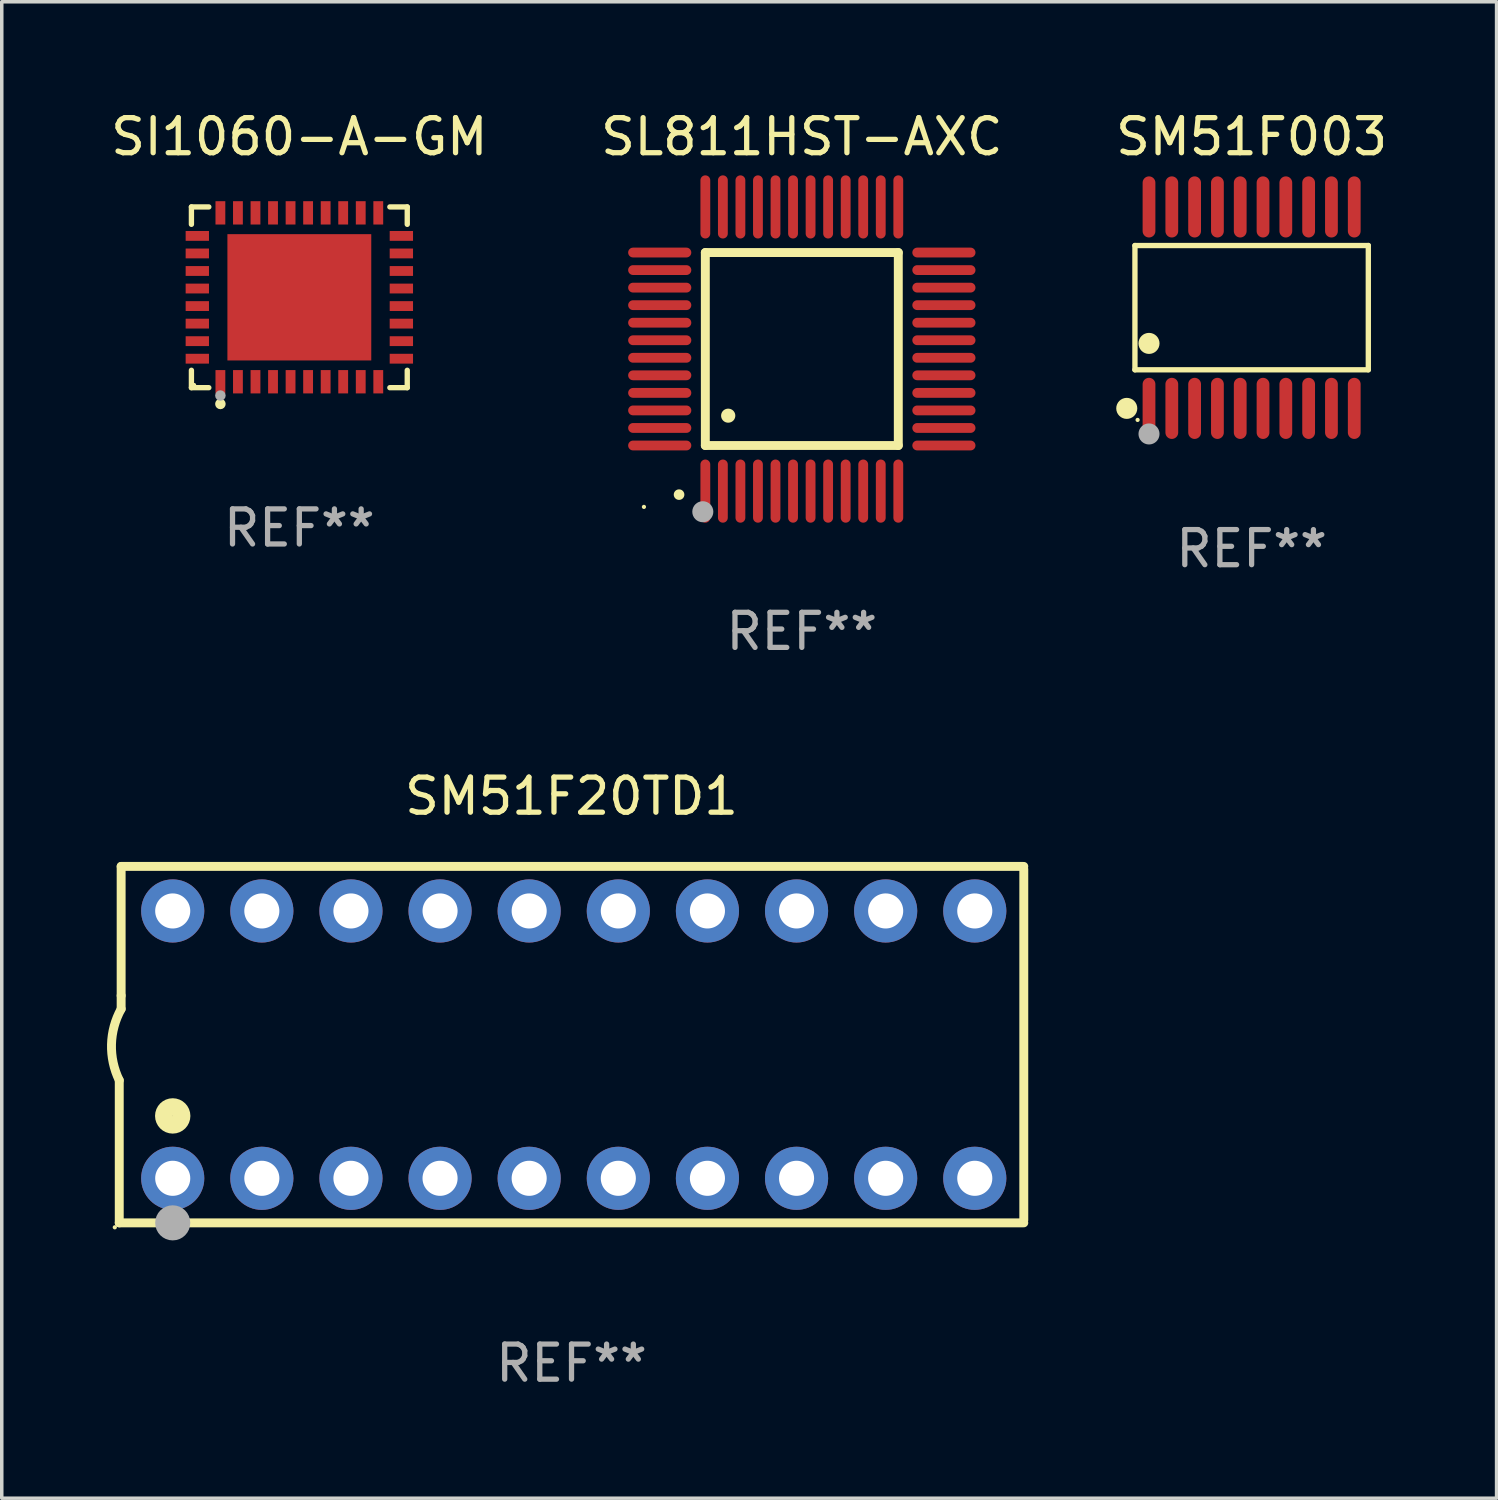
<source format=kicad_pcb>
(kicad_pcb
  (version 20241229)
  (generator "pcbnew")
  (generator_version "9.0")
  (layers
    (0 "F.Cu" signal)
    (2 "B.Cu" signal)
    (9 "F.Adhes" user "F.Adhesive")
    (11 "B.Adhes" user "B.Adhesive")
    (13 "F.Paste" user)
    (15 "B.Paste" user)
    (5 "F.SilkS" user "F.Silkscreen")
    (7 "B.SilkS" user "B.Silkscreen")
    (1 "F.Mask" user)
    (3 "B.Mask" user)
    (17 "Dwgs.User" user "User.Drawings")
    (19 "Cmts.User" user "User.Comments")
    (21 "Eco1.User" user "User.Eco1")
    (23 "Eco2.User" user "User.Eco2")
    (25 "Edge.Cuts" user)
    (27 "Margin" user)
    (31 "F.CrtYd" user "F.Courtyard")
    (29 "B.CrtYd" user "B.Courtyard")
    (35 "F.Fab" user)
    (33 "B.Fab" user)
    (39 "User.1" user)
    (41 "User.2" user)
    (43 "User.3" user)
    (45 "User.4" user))
  (footprint "SM51F20TD1"
    (layer "F.Cu")
    (at 13.24 26.725)
    (property "Reference" "SM51F20TD1" (at 0 -7.08 0) (layer "F.SilkS") (effects (font (size 1 1) (thickness 0.15))))
    (attr through_hole)
    (fp_line (start -12.891 5.08) (end -12.891 1.016) (stroke (width 0.254) (type solid)) (layer "F.SilkS"))
    (fp_line (start -12.891 5.08) (end 12.891 5.08) (stroke (width 0.254) (type solid)) (layer "F.SilkS"))
    (fp_line (start -12.837 -5.08) (end -12.837 -1.397) (stroke (width 0.254) (type solid)) (layer "F.SilkS"))
    (fp_line (start -12.837 -5.08) (end 12.891 -5.08) (stroke (width 0.254) (type solid)) (layer "F.SilkS"))
    (fp_line (start -12.837 -1.397) (end -12.837 -1.016) (stroke (width 0.254) (type solid)) (layer "F.SilkS"))
    (fp_line (start 12.891 -5) (end 12.891 5) (stroke (width 0.254) (type solid)) (layer "F.SilkS"))
    (fp_arc (start -12.890526 1.016002) (mid -13.111945 -0.006602) (end -12.836525 -1.016002) (stroke (width 0.254001) (type solid)) (layer "F.SilkS"))
    (fp_circle (center -13.018 5.207) (end -12.988 5.207) (stroke (width 0.06) (type solid)) (fill no) (layer "F.SilkS"))
    (fp_circle (center -11.367 2.032) (end -11.113 2.032) (stroke (width 0.5) (type solid)) (fill no) (layer "F.SilkS"))
    (fp_circle (center -11.367 5.08) (end -11.117 5.08) (stroke (width 0.5) (type solid)) (fill no) (layer "F.Fab"))
    (fp_text user "REF**" (at 0 9.08 0) (layer "F.Fab") (effects (font (size 1 1) (thickness 0.15))))
    (pad "1" thru_hole circle (at -11.367 3.81) (size 1.8 1.8) (drill 1) (layers "*.Cu" "*.Mask"))
    (pad "2" thru_hole circle (at -8.827 3.81) (size 1.8 1.8) (drill 1) (layers "*.Cu" "*.Mask"))
    (pad "3" thru_hole circle (at -6.287 3.81) (size 1.8 1.8) (drill 1) (layers "*.Cu" "*.Mask"))
    (pad "4" thru_hole circle (at -3.747 3.81) (size 1.8 1.8) (drill 1) (layers "*.Cu" "*.Mask"))
    (pad "5" thru_hole circle (at -1.207 3.81) (size 1.8 1.8) (drill 1) (layers "*.Cu" "*.Mask"))
    (pad "6" thru_hole circle (at 1.334 3.81) (size 1.8 1.8) (drill 1) (layers "*.Cu" "*.Mask"))
    (pad "7" thru_hole circle (at 3.874 3.81) (size 1.8 1.8) (drill 1) (layers "*.Cu" "*.Mask"))
    (pad "8" thru_hole circle (at 6.414 3.81) (size 1.8 1.8) (drill 1) (layers "*.Cu" "*.Mask"))
    (pad "9" thru_hole circle (at 8.954 3.81) (size 1.8 1.8) (drill 1) (layers "*.Cu" "*.Mask"))
    (pad "10" thru_hole circle (at 11.494 3.81) (size 1.8 1.8) (drill 1) (layers "*.Cu" "*.Mask"))
    (pad "11" thru_hole circle (at 11.494 -3.81) (size 1.8 1.8) (drill 1) (layers "*.Cu" "*.Mask"))
    (pad "12" thru_hole circle (at 8.954 -3.81) (size 1.8 1.8) (drill 1) (layers "*.Cu" "*.Mask"))
    (pad "13" thru_hole circle (at 6.414 -3.81) (size 1.8 1.8) (drill 1) (layers "*.Cu" "*.Mask"))
    (pad "14" thru_hole circle (at 3.874 -3.81) (size 1.8 1.8) (drill 1) (layers "*.Cu" "*.Mask"))
    (pad "15" thru_hole circle (at 1.334 -3.81) (size 1.8 1.8) (drill 1) (layers "*.Cu" "*.Mask"))
    (pad "16" thru_hole circle (at -1.207 -3.81) (size 1.8 1.8) (drill 1) (layers "*.Cu" "*.Mask"))
    (pad "17" thru_hole circle (at -3.747 -3.81) (size 1.8 1.8) (drill 1) (layers "*.Cu" "*.Mask"))
    (pad "18" thru_hole circle (at -6.287 -3.81) (size 1.8 1.8) (drill 1) (layers "*.Cu" "*.Mask"))
    (pad "19" thru_hole circle (at -8.827 -3.81) (size 1.8 1.8) (drill 1) (layers "*.Cu" "*.Mask"))
    (pad "20" thru_hole circle (at -11.367 -3.81) (size 1.8 1.8) (drill 1) (layers "*.Cu" "*.Mask")))
  (footprint "SI1060-A-GM"
    (layer "F.Cu")
    (at 5.482 5.424)
    (property "Reference" "SI1060-A-GM" (at 0 -4.576 0) (layer "F.SilkS") (effects (font (size 1 1) (thickness 0.15))))
    (attr through_hole)
    (fp_line (start -3.076 -2.576) (end -2.58 -2.576) (stroke (width 0.152) (type solid)) (layer "F.SilkS"))
    (fp_line (start -3.076 -2.08) (end -3.076 -2.576) (stroke (width 0.152) (type solid)) (layer "F.SilkS"))
    (fp_line (start -3.076 2.08) (end -3.076 2.576) (stroke (width 0.152) (type solid)) (layer "F.SilkS"))
    (fp_line (start -3.076 2.576) (end -2.58 2.576) (stroke (width 0.152) (type solid)) (layer "F.SilkS"))
    (fp_line (start 3.076 -2.576) (end 2.58 -2.576) (stroke (width 0.152) (type solid)) (layer "F.SilkS"))
    (fp_line (start 3.076 -2.08) (end 3.076 -2.576) (stroke (width 0.152) (type solid)) (layer "F.SilkS"))
    (fp_line (start 3.076 2.08) (end 3.076 2.576) (stroke (width 0.152) (type solid)) (layer "F.SilkS"))
    (fp_line (start 3.076 2.576) (end 2.58 2.576) (stroke (width 0.152) (type solid)) (layer "F.SilkS"))
    (fp_circle (center -3 2.5) (end -2.97 2.5) (stroke (width 0.06) (type solid)) (fill no) (layer "F.SilkS"))
    (fp_circle (center -2.25 3.04) (end -2.175 3.04) (stroke (width 0.15) (type solid)) (fill no) (layer "F.SilkS"))
    (fp_circle (center -2.25 2.8) (end -2.175 2.8) (stroke (width 0.15) (type solid)) (fill no) (layer "F.Fab"))
    (fp_text user "REF**" (at 0 6.576 0) (layer "F.Fab") (effects (font (size 1 1) (thickness 0.15))))
    (pad "1" smd rect (at -2.25 2.407) (size 0.28 0.665) (layers "F.Cu" "F.Mask" "F.Paste"))
    (pad "2" smd rect (at -1.75 2.407) (size 0.28 0.665) (layers "F.Cu" "F.Mask" "F.Paste"))
    (pad "3" smd rect (at -1.25 2.407) (size 0.28 0.665) (layers "F.Cu" "F.Mask" "F.Paste"))
    (pad "4" smd rect (at -0.75 2.407) (size 0.28 0.665) (layers "F.Cu" "F.Mask" "F.Paste"))
    (pad "5" smd rect (at -0.25 2.407) (size 0.28 0.665) (layers "F.Cu" "F.Mask" "F.Paste"))
    (pad "6" smd rect (at 0.25 2.407) (size 0.28 0.665) (layers "F.Cu" "F.Mask" "F.Paste"))
    (pad "7" smd rect (at 0.75 2.407) (size 0.28 0.665) (layers "F.Cu" "F.Mask" "F.Paste"))
    (pad "8" smd rect (at 1.25 2.407) (size 0.28 0.665) (layers "F.Cu" "F.Mask" "F.Paste"))
    (pad "9" smd rect (at 1.75 2.407) (size 0.28 0.665) (layers "F.Cu" "F.Mask" "F.Paste"))
    (pad "10" smd rect (at 2.25 2.407) (size 0.28 0.665) (layers "F.Cu" "F.Mask" "F.Paste"))
    (pad "11" smd rect (at 2.908 1.75) (size 0.665 0.28) (layers "F.Cu" "F.Mask" "F.Paste"))
    (pad "12" smd rect (at 2.908 1.25) (size 0.665 0.28) (layers "F.Cu" "F.Mask" "F.Paste"))
    (pad "13" smd rect (at 2.908 0.75) (size 0.665 0.28) (layers "F.Cu" "F.Mask" "F.Paste"))
    (pad "14" smd rect (at 2.908 0.25) (size 0.665 0.28) (layers "F.Cu" "F.Mask" "F.Paste"))
    (pad "15" smd rect (at 2.908 -0.25) (size 0.665 0.28) (layers "F.Cu" "F.Mask" "F.Paste"))
    (pad "16" smd rect (at 2.908 -0.75) (size 0.665 0.28) (layers "F.Cu" "F.Mask" "F.Paste"))
    (pad "17" smd rect (at 2.908 -1.25) (size 0.665 0.28) (layers "F.Cu" "F.Mask" "F.Paste"))
    (pad "18" smd rect (at 2.908 -1.75) (size 0.665 0.28) (layers "F.Cu" "F.Mask" "F.Paste"))
    (pad "19" smd rect (at 2.25 -2.407) (size 0.28 0.665) (layers "F.Cu" "F.Mask" "F.Paste"))
    (pad "20" smd rect (at 1.75 -2.407) (size 0.28 0.665) (layers "F.Cu" "F.Mask" "F.Paste"))
    (pad "21" smd rect (at 1.25 -2.407) (size 0.28 0.665) (layers "F.Cu" "F.Mask" "F.Paste"))
    (pad "22" smd rect (at 0.75 -2.407) (size 0.28 0.665) (layers "F.Cu" "F.Mask" "F.Paste"))
    (pad "23" smd rect (at 0.25 -2.407) (size 0.28 0.665) (layers "F.Cu" "F.Mask" "F.Paste"))
    (pad "24" smd rect (at -0.25 -2.407) (size 0.28 0.665) (layers "F.Cu" "F.Mask" "F.Paste"))
    (pad "25" smd rect (at -0.75 -2.407) (size 0.28 0.665) (layers "F.Cu" "F.Mask" "F.Paste"))
    (pad "26" smd rect (at -1.25 -2.407) (size 0.28 0.665) (layers "F.Cu" "F.Mask" "F.Paste"))
    (pad "27" smd rect (at -1.75 -2.407) (size 0.28 0.665) (layers "F.Cu" "F.Mask" "F.Paste"))
    (pad "28" smd rect (at -2.25 -2.407) (size 0.28 0.665) (layers "F.Cu" "F.Mask" "F.Paste"))
    (pad "29" smd rect (at -2.908 -1.75) (size 0.665 0.28) (layers "F.Cu" "F.Mask" "F.Paste"))
    (pad "30" smd rect (at -2.908 -1.25) (size 0.665 0.28) (layers "F.Cu" "F.Mask" "F.Paste"))
    (pad "31" smd rect (at -2.908 -0.75) (size 0.665 0.28) (layers "F.Cu" "F.Mask" "F.Paste"))
    (pad "32" smd rect (at -2.908 -0.25) (size 0.665 0.28) (layers "F.Cu" "F.Mask" "F.Paste"))
    (pad "33" smd rect (at -2.908 0.25) (size 0.665 0.28) (layers "F.Cu" "F.Mask" "F.Paste"))
    (pad "34" smd rect (at -2.908 0.75) (size 0.665 0.28) (layers "F.Cu" "F.Mask" "F.Paste"))
    (pad "35" smd rect (at -2.908 1.25) (size 0.665 0.28) (layers "F.Cu" "F.Mask" "F.Paste"))
    (pad "36" smd rect (at -2.908 1.75) (size 0.665 0.28) (layers "F.Cu" "F.Mask" "F.Paste"))
    (pad "37" smd rect (at 0 0) (size 4.1 3.6) (layers "F.Cu" "F.Mask" "F.Paste")))
  (footprint "SL811HST-AXC"
    (layer "F.Cu")
    (at 19.804 6.898)
    (property "Reference" "SL811HST-AXC" (at 0 -6.05 0) (layer "F.SilkS") (effects (font (size 1 1) (thickness 0.15))))
    (attr through_hole)
    (fp_line (start -2.75 -2.75) (end 2.75 -2.75) (stroke (width 0.254) (type solid)) (layer "F.SilkS"))
    (fp_line (start -2.75 2.75) (end -2.75 -2.75) (stroke (width 0.254) (type solid)) (layer "F.SilkS"))
    (fp_line (start 2.75 -2.75) (end 2.75 2.75) (stroke (width 0.254) (type solid)) (layer "F.SilkS"))
    (fp_line (start 2.75 2.75) (end -2.75 2.75) (stroke (width 0.254) (type solid)) (layer "F.SilkS"))
    (fp_arc (start -3.500127 4.150368) (mid -3.498857 4.150363) (end -3.497587 4.150368) (stroke (width 0.3) (type solid)) (layer "F.SilkS"))
    (fp_arc (start -2.100584 1.899924) (mid -2.098044 1.899908) (end -2.095504 1.899924) (stroke (width 0.4) (type solid)) (layer "F.SilkS"))
    (fp_circle (center -4.5 4.5) (end -4.47 4.5) (stroke (width 0.06) (type solid)) (fill no) (layer "F.SilkS"))
    (fp_circle (center -2.822 4.638) (end -2.672 4.638) (stroke (width 0.3) (type solid)) (fill no) (layer "F.Fab"))
    (fp_text user "REF**" (at 0 8.05 0) (layer "F.Fab") (effects (font (size 1 1) (thickness 0.15))))
    (pad "1" smd oval (at -2.75 4.05) (size 0.28 1.8) (layers "F.Cu" "F.Mask" "F.Paste"))
    (pad "2" smd oval (at -2.25 4.05) (size 0.28 1.8) (layers "F.Cu" "F.Mask" "F.Paste"))
    (pad "3" smd oval (at -1.75 4.05) (size 0.28 1.8) (layers "F.Cu" "F.Mask" "F.Paste"))
    (pad "4" smd oval (at -1.25 4.05) (size 0.28 1.8) (layers "F.Cu" "F.Mask" "F.Paste"))
    (pad "5" smd oval (at -0.75 4.05) (size 0.28 1.8) (layers "F.Cu" "F.Mask" "F.Paste"))
    (pad "6" smd oval (at -0.25 4.05) (size 0.28 1.8) (layers "F.Cu" "F.Mask" "F.Paste"))
    (pad "7" smd oval (at 0.25 4.05) (size 0.28 1.8) (layers "F.Cu" "F.Mask" "F.Paste"))
    (pad "8" smd oval (at 0.75 4.05) (size 0.28 1.8) (layers "F.Cu" "F.Mask" "F.Paste"))
    (pad "9" smd oval (at 1.25 4.05) (size 0.28 1.8) (layers "F.Cu" "F.Mask" "F.Paste"))
    (pad "10" smd oval (at 1.75 4.05) (size 0.28 1.8) (layers "F.Cu" "F.Mask" "F.Paste"))
    (pad "11" smd oval (at 2.25 4.05) (size 0.28 1.8) (layers "F.Cu" "F.Mask" "F.Paste"))
    (pad "12" smd oval (at 2.75 4.05) (size 0.28 1.8) (layers "F.Cu" "F.Mask" "F.Paste"))
    (pad "13" smd oval (at 4.05 2.75) (size 1.8 0.28) (layers "F.Cu" "F.Mask" "F.Paste"))
    (pad "14" smd oval (at 4.05 2.25) (size 1.8 0.28) (layers "F.Cu" "F.Mask" "F.Paste"))
    (pad "15" smd oval (at 4.05 1.75) (size 1.8 0.28) (layers "F.Cu" "F.Mask" "F.Paste"))
    (pad "16" smd oval (at 4.05 1.25) (size 1.8 0.28) (layers "F.Cu" "F.Mask" "F.Paste"))
    (pad "17" smd oval (at 4.05 0.75) (size 1.8 0.28) (layers "F.Cu" "F.Mask" "F.Paste"))
    (pad "18" smd oval (at 4.05 0.25) (size 1.8 0.28) (layers "F.Cu" "F.Mask" "F.Paste"))
    (pad "19" smd oval (at 4.05 -0.25) (size 1.8 0.28) (layers "F.Cu" "F.Mask" "F.Paste"))
    (pad "20" smd oval (at 4.05 -0.75) (size 1.8 0.28) (layers "F.Cu" "F.Mask" "F.Paste"))
    (pad "21" smd oval (at 4.05 -1.25) (size 1.8 0.28) (layers "F.Cu" "F.Mask" "F.Paste"))
    (pad "22" smd oval (at 4.05 -1.75) (size 1.8 0.28) (layers "F.Cu" "F.Mask" "F.Paste"))
    (pad "23" smd oval (at 4.05 -2.25) (size 1.8 0.28) (layers "F.Cu" "F.Mask" "F.Paste"))
    (pad "24" smd oval (at 4.05 -2.75) (size 1.8 0.28) (layers "F.Cu" "F.Mask" "F.Paste"))
    (pad "25" smd oval (at 2.75 -4.05) (size 0.28 1.8) (layers "F.Cu" "F.Mask" "F.Paste"))
    (pad "26" smd oval (at 2.25 -4.05) (size 0.28 1.8) (layers "F.Cu" "F.Mask" "F.Paste"))
    (pad "27" smd oval (at 1.75 -4.05) (size 0.28 1.8) (layers "F.Cu" "F.Mask" "F.Paste"))
    (pad "28" smd oval (at 1.25 -4.05) (size 0.28 1.8) (layers "F.Cu" "F.Mask" "F.Paste"))
    (pad "29" smd oval (at 0.75 -4.05) (size 0.28 1.8) (layers "F.Cu" "F.Mask" "F.Paste"))
    (pad "30" smd oval (at 0.25 -4.05) (size 0.28 1.8) (layers "F.Cu" "F.Mask" "F.Paste"))
    (pad "31" smd oval (at -0.25 -4.05) (size 0.28 1.8) (layers "F.Cu" "F.Mask" "F.Paste"))
    (pad "32" smd oval (at -0.75 -4.05) (size 0.28 1.8) (layers "F.Cu" "F.Mask" "F.Paste"))
    (pad "33" smd oval (at -1.25 -4.05) (size 0.28 1.8) (layers "F.Cu" "F.Mask" "F.Paste"))
    (pad "34" smd oval (at -1.75 -4.05) (size 0.28 1.8) (layers "F.Cu" "F.Mask" "F.Paste"))
    (pad "35" smd oval (at -2.25 -4.05) (size 0.28 1.8) (layers "F.Cu" "F.Mask" "F.Paste"))
    (pad "36" smd oval (at -2.75 -4.05) (size 0.28 1.8) (layers "F.Cu" "F.Mask" "F.Paste"))
    (pad "37" smd oval (at -4.05 -2.75) (size 1.8 0.28) (layers "F.Cu" "F.Mask" "F.Paste"))
    (pad "38" smd oval (at -4.05 -2.25) (size 1.8 0.28) (layers "F.Cu" "F.Mask" "F.Paste"))
    (pad "39" smd oval (at -4.05 -1.75) (size 1.8 0.28) (layers "F.Cu" "F.Mask" "F.Paste"))
    (pad "40" smd oval (at -4.05 -1.25) (size 1.8 0.28) (layers "F.Cu" "F.Mask" "F.Paste"))
    (pad "41" smd oval (at -4.05 -0.75) (size 1.8 0.28) (layers "F.Cu" "F.Mask" "F.Paste"))
    (pad "42" smd oval (at -4.05 -0.25) (size 1.8 0.28) (layers "F.Cu" "F.Mask" "F.Paste"))
    (pad "43" smd oval (at -4.05 0.25) (size 1.8 0.28) (layers "F.Cu" "F.Mask" "F.Paste"))
    (pad "44" smd oval (at -4.05 0.75) (size 1.8 0.28) (layers "F.Cu" "F.Mask" "F.Paste"))
    (pad "45" smd oval (at -4.05 1.25) (size 1.8 0.28) (layers "F.Cu" "F.Mask" "F.Paste"))
    (pad "46" smd oval (at -4.05 1.75) (size 1.8 0.28) (layers "F.Cu" "F.Mask" "F.Paste"))
    (pad "47" smd oval (at -4.05 2.25) (size 1.8 0.28) (layers "F.Cu" "F.Mask" "F.Paste"))
    (pad "48" smd oval (at -4.05 2.75) (size 1.8 0.28) (layers "F.Cu" "F.Mask" "F.Paste")))
  (footprint "SM51F003"
    (layer "F.Cu")
    (at 32.625 5.719)
    (property "Reference" "SM51F003" (at 0 -4.871 0) (layer "F.SilkS") (effects (font (size 1 1) (thickness 0.15))))
    (attr through_hole)
    (fp_line (start -3.326 -1.771) (end 3.326 -1.771) (stroke (width 0.152) (type solid)) (layer "F.SilkS"))
    (fp_line (start -3.326 1.771) (end -3.326 -1.771) (stroke (width 0.152) (type solid)) (layer "F.SilkS"))
    (fp_line (start 3.326 -1.771) (end 3.326 1.771) (stroke (width 0.152) (type solid)) (layer "F.SilkS"))
    (fp_line (start 3.326 1.771) (end -3.326 1.771) (stroke (width 0.152) (type solid)) (layer "F.SilkS"))
    (fp_circle (center -3.559 2.871) (end -3.409 2.871) (stroke (width 0.3) (type solid)) (fill no) (layer "F.SilkS"))
    (fp_circle (center -3.25 3.2) (end -3.22 3.2) (stroke (width 0.06) (type solid)) (fill no) (layer "F.SilkS"))
    (fp_circle (center -2.925 1.019) (end -2.775 1.019) (stroke (width 0.3) (type solid)) (fill no) (layer "F.SilkS"))
    (fp_circle (center -2.925 3.6) (end -2.775 3.6) (stroke (width 0.3) (type solid)) (fill no) (layer "F.Fab"))
    (fp_text user "REF**" (at 0 6.871 0) (layer "F.Fab") (effects (font (size 1 1) (thickness 0.15))))
    (pad "1" smd oval (at -2.925 2.871) (size 0.364 1.742) (layers "F.Cu" "F.Mask" "F.Paste"))
    (pad "2" smd oval (at -2.275 2.871) (size 0.364 1.742) (layers "F.Cu" "F.Mask" "F.Paste"))
    (pad "3" smd oval (at -1.625 2.871) (size 0.364 1.742) (layers "F.Cu" "F.Mask" "F.Paste"))
    (pad "4" smd oval (at -0.975 2.871) (size 0.364 1.742) (layers "F.Cu" "F.Mask" "F.Paste"))
    (pad "5" smd oval (at -0.325 2.871) (size 0.364 1.742) (layers "F.Cu" "F.Mask" "F.Paste"))
    (pad "6" smd oval (at 0.325 2.871) (size 0.364 1.742) (layers "F.Cu" "F.Mask" "F.Paste"))
    (pad "7" smd oval (at 0.975 2.871) (size 0.364 1.742) (layers "F.Cu" "F.Mask" "F.Paste"))
    (pad "8" smd oval (at 1.625 2.871) (size 0.364 1.742) (layers "F.Cu" "F.Mask" "F.Paste"))
    (pad "9" smd oval (at 2.275 2.871) (size 0.364 1.742) (layers "F.Cu" "F.Mask" "F.Paste"))
    (pad "10" smd oval (at 2.925 2.871) (size 0.364 1.742) (layers "F.Cu" "F.Mask" "F.Paste"))
    (pad "11" smd oval (at 2.925 -2.871) (size 0.364 1.742) (layers "F.Cu" "F.Mask" "F.Paste"))
    (pad "12" smd oval (at 2.275 -2.871) (size 0.364 1.742) (layers "F.Cu" "F.Mask" "F.Paste"))
    (pad "13" smd oval (at 1.625 -2.871) (size 0.364 1.742) (layers "F.Cu" "F.Mask" "F.Paste"))
    (pad "14" smd oval (at 0.975 -2.871) (size 0.364 1.742) (layers "F.Cu" "F.Mask" "F.Paste"))
    (pad "15" smd oval (at 0.325 -2.871) (size 0.364 1.742) (layers "F.Cu" "F.Mask" "F.Paste"))
    (pad "16" smd oval (at -0.325 -2.871) (size 0.364 1.742) (layers "F.Cu" "F.Mask" "F.Paste"))
    (pad "17" smd oval (at -0.975 -2.871) (size 0.364 1.742) (layers "F.Cu" "F.Mask" "F.Paste"))
    (pad "18" smd oval (at -1.625 -2.871) (size 0.364 1.742) (layers "F.Cu" "F.Mask" "F.Paste"))
    (pad "19" smd oval (at -2.275 -2.871) (size 0.364 1.742) (layers "F.Cu" "F.Mask" "F.Paste"))
    (pad "20" smd oval (at -2.925 -2.871) (size 0.364 1.742) (layers "F.Cu" "F.Mask" "F.Paste")))
  (gr_rect
    (start -3 -3)
    (end 39.607 39.653)
    (stroke (width 0.1) (type default))
    (fill no)
    (layer "Edge.Cuts")))
</source>
